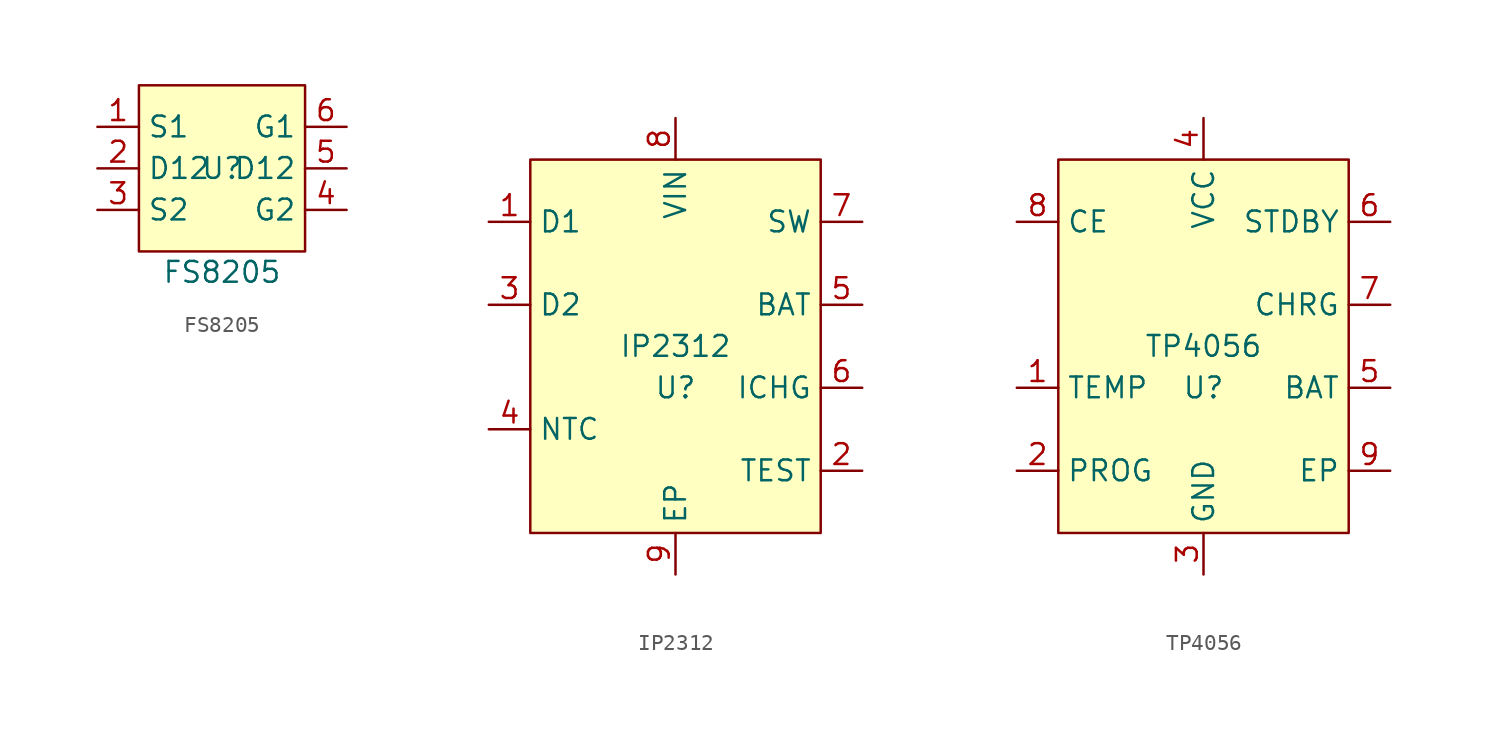
<source format=kicad_sym>
(kicad_symbol_lib
  (version 20231120)
  (generator "kicad_symbol_editor")
  (generator_version "8.0")
  (symbol "FS8205"
    (property "Reference" "U"
      (at 0 0 0)
      (effects (font (size 1.27 1.27))))
    (property "Value" "FS8205"
      (at 0 -6.35 0)
      (effects (font (size 1.27 1.27))))
    (symbol "FS8205_0_1"
      (rectangle (start -5.08 5.08) (end 5.08 -5.08) (stroke (width 0) (type default)) (fill (type background))))
    (symbol "FS8205_1_1"
      (pin output line (at -7.62 2.54 0) (length 2.54) (name "S1" (effects (font (size 1.27 1.27)))) (number "1" (effects (font (size 1.27 1.27)))))
      (pin bidirectional line (at -7.62 0 0) (length 2.54) (name "D12" (effects (font (size 1.27 1.27)))) (number "2" (effects (font (size 1.27 1.27)))))
      (pin output line (at -7.62 -2.54 0) (length 2.54) (name "S2" (effects (font (size 1.27 1.27)))) (number "3" (effects (font (size 1.27 1.27)))))
      (pin input line (at 7.62 -2.54 180) (length 2.54) (name "G2" (effects (font (size 1.27 1.27)))) (number "4" (effects (font (size 1.27 1.27)))))
      (pin bidirectional line (at 7.62 0 180) (length 2.54) (name "D12" (effects (font (size 1.27 1.27)))) (number "5" (effects (font (size 1.27 1.27)))))
      (pin input line (at 7.62 2.54 180) (length 2.54) (name "G1" (effects (font (size 1.27 1.27)))) (number "6" (effects (font (size 1.27 1.27)))))))
  (symbol "IP2312"
    (property "Reference" "U"
      (at 0 -2.54 0)
      (effects (font (size 1.27 1.27))))
    (property "Value" "IP2312"
      (at 0 0 0)
      (effects (font (size 1.27 1.27))))
    (symbol "IP2312_0_1"
      (rectangle (start -8.89 11.43) (end 8.89 -11.43) (stroke (width 0) (type default)) (fill (type background))))
    (symbol "IP2312_1_1"
      (pin bidirectional line (at -11.43 7.62 0) (length 2.54) (name "D1" (effects (font (size 1.27 1.27)))) (number "1" (effects (font (size 1.27 1.27)))))
      (pin input line (at 11.43 -7.62 180) (length 2.54) (name "TEST" (effects (font (size 1.27 1.27)))) (number "2" (effects (font (size 1.27 1.27)))))
      (pin output line (at -11.43 2.54 0) (length 2.54) (name "D2" (effects (font (size 1.27 1.27)))) (number "3" (effects (font (size 1.27 1.27)))))
      (pin input line (at -11.43 -5.08 0) (length 2.54) (name "NTC" (effects (font (size 1.27 1.27)))) (number "4" (effects (font (size 1.27 1.27)))))
      (pin power_out line (at 11.43 2.54 180) (length 2.54) (name "BAT" (effects (font (size 1.27 1.27)))) (number "5" (effects (font (size 1.27 1.27)))))
      (pin input line (at 11.43 -2.54 180) (length 2.54) (name "ICHG" (effects (font (size 1.27 1.27)))) (number "6" (effects (font (size 1.27 1.27)))))
      (pin output line (at 11.43 7.62 180) (length 2.54) (name "SW" (effects (font (size 1.27 1.27)))) (number "7" (effects (font (size 1.27 1.27)))))
      (pin power_in line (at 0 13.97 270) (length 2.54) (name "VIN" (effects (font (size 1.27 1.27)))) (number "8" (effects (font (size 1.27 1.27)))))
      (pin power_in line (at 0 -13.97 90) (length 2.54) (name "EP" (effects (font (size 1.27 1.27)))) (number "9" (effects (font (size 1.27 1.27)))))))
  (symbol "TP4056"
    (property "Reference" "U"
      (at 0 -2.54 0)
      (effects (font (size 1.27 1.27))))
    (property "Value" "TP4056"
      (at 0 0 0)
      (effects (font (size 1.27 1.27))))
    (symbol "TP4056_0_1"
      (rectangle (start -8.89 11.43) (end 8.89 -11.43) (stroke (width 0) (type default)) (fill (type background))))
    (symbol "TP4056_1_1"
      (pin input line (at -11.43 -2.54 0) (length 2.54) (name "TEMP" (effects (font (size 1.27 1.27)))) (number "1" (effects (font (size 1.27 1.27)))))
      (pin input line (at -11.43 -7.62 0) (length 2.54) (name "PROG" (effects (font (size 1.27 1.27)))) (number "2" (effects (font (size 1.27 1.27)))))
      (pin power_in line (at 0 -13.97 90) (length 2.54) (name "GND" (effects (font (size 1.27 1.27)))) (number "3" (effects (font (size 1.27 1.27)))))
      (pin power_in line (at 0 13.97 270) (length 2.54) (name "VCC" (effects (font (size 1.27 1.27)))) (number "4" (effects (font (size 1.27 1.27)))))
      (pin power_out line (at 11.43 -2.54 180) (length 2.54) (name "BAT" (effects (font (size 1.27 1.27)))) (number "5" (effects (font (size 1.27 1.27)))))
      (pin output line (at 11.43 7.62 180) (length 2.54) (name "STDBY" (effects (font (size 1.27 1.27)))) (number "6" (effects (font (size 1.27 1.27)))))
      (pin output line (at 11.43 2.54 180) (length 2.54) (name "CHRG" (effects (font (size 1.27 1.27)))) (number "7" (effects (font (size 1.27 1.27)))))
      (pin input line (at -11.43 7.62 0) (length 2.54) (name "CE" (effects (font (size 1.27 1.27)))) (number "8" (effects (font (size 1.27 1.27)))))
      (pin power_in line (at 11.43 -7.62 180) (length 2.54) (name "EP" (effects (font (size 1.27 1.27)))) (number "9" (effects (font (size 1.27 1.27))))))))
</source>
